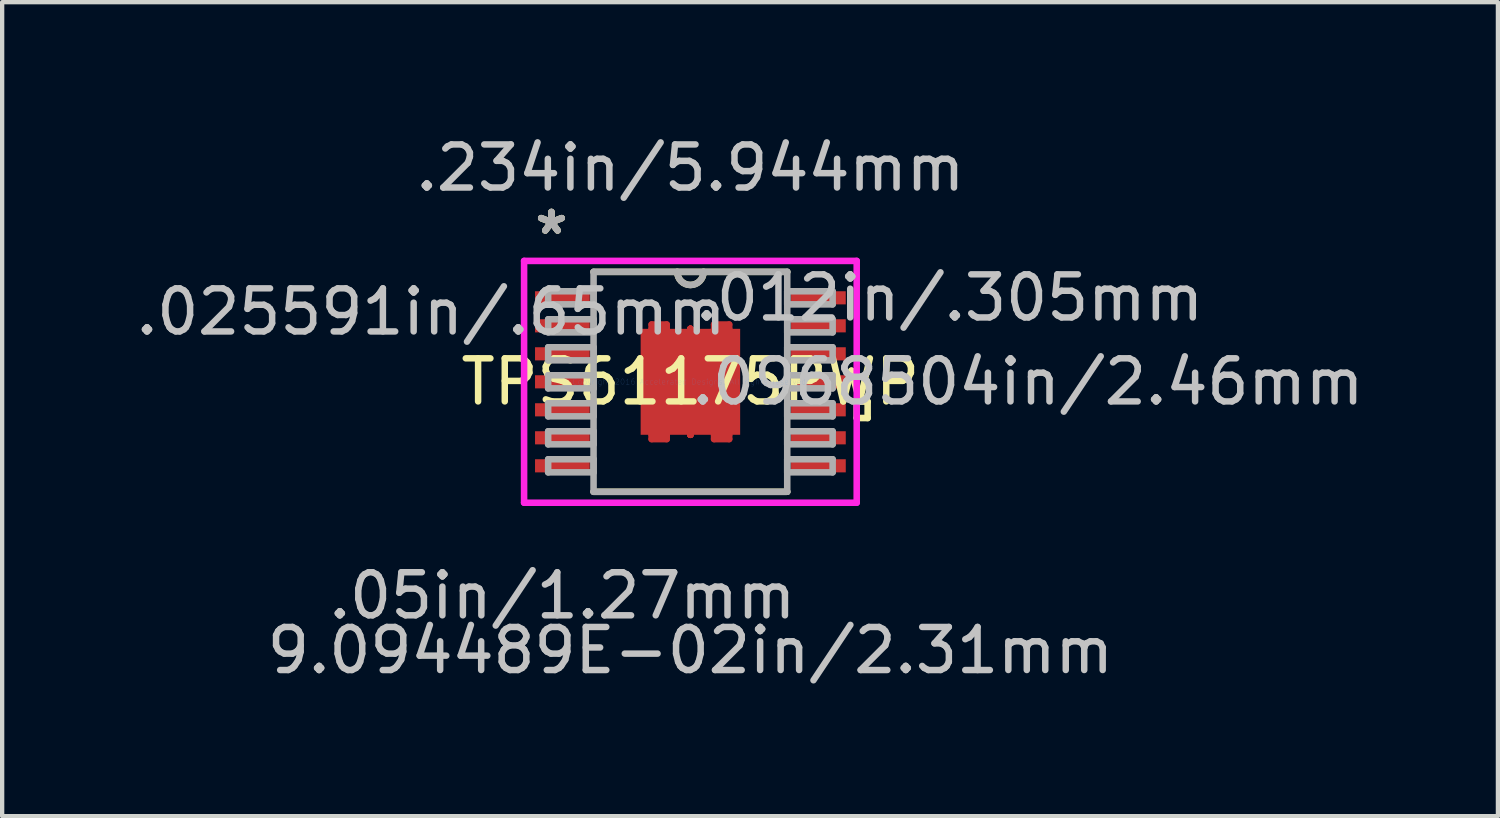
<source format=kicad_pcb>
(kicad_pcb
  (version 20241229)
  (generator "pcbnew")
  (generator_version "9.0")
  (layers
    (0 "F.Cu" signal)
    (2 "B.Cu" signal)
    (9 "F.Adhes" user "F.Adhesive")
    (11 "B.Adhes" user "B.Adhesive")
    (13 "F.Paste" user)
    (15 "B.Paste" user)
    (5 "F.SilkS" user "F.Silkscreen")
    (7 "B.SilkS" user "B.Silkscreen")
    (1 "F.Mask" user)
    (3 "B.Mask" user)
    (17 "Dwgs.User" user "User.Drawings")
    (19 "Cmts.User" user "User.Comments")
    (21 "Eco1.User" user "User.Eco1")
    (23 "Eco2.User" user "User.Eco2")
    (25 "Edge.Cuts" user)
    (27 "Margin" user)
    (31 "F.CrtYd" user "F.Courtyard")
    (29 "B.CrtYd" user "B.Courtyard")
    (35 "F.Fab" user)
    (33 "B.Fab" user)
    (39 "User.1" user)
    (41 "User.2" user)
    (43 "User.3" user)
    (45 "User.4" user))
  (footprint "TPS61175PWP"
    (layer "F.Cu")
    (at 12.978 5.814)
    (property "Reference" "TPS61175PWP" (at 0 0 0) (layer "F.SilkS") (effects (font (size 1 1) (thickness 0.15))))
    (attr through_hole)
    (fp_line (start -0.9 -1.33) (end -0.9 -1.23) (stroke (width 0.152) (type solid)) (layer "F.Cu"))
    (fp_line (start -0.9 -1.23) (end -0.55 -1.23) (stroke (width 0.152) (type solid)) (layer "F.Cu"))
    (fp_line (start -0.9 1.23) (end -0.55 1.23) (stroke (width 0.152) (type solid)) (layer "F.Cu"))
    (fp_line (start -0.9 1.33) (end -0.9 1.23) (stroke (width 0.152) (type solid)) (layer "F.Cu"))
    (fp_line (start -0.55 -1.33) (end -0.9 -1.33) (stroke (width 0.152) (type solid)) (layer "F.Cu"))
    (fp_line (start -0.55 -1.23) (end -0.55 -1.33) (stroke (width 0.152) (type solid)) (layer "F.Cu"))
    (fp_line (start -0.55 1.23) (end -0.55 1.33) (stroke (width 0.152) (type solid)) (layer "F.Cu"))
    (fp_line (start -0.55 1.33) (end -0.9 1.33) (stroke (width 0.152) (type solid)) (layer "F.Cu"))
    (fp_line (start 0 -1.23) (end 0 -1.23) (stroke (width 0.152) (type solid)) (layer "F.Cu"))
    (fp_line (start 0 -1.23) (end 0 -1.23) (stroke (width 0.152) (type solid)) (layer "F.Cu"))
    (fp_line (start 0 -1.23) (end 0 -1.23) (stroke (width 0.152) (type solid)) (layer "F.Cu"))
    (fp_line (start 0 -1.23) (end 0 -1.23) (stroke (width 0.152) (type solid)) (layer "F.Cu"))
    (fp_line (start 0 -1.23) (end 0 -1.23) (stroke (width 0.152) (type solid)) (layer "F.Cu"))
    (fp_line (start 0 -1.23) (end 0 -1.23) (stroke (width 0.152) (type solid)) (layer "F.Cu"))
    (fp_line (start 0 -1.23) (end 0 -1.23) (stroke (width 0.152) (type solid)) (layer "F.Cu"))
    (fp_line (start 0 -1.23) (end 0 -1.23) (stroke (width 0.152) (type solid)) (layer "F.Cu"))
    (fp_line (start 0 1.23) (end 0 1.23) (stroke (width 0.152) (type solid)) (layer "F.Cu"))
    (fp_line (start 0 1.23) (end 0 1.23) (stroke (width 0.152) (type solid)) (layer "F.Cu"))
    (fp_line (start 0 1.23) (end 0 1.23) (stroke (width 0.152) (type solid)) (layer "F.Cu"))
    (fp_line (start 0 1.23) (end 0 1.23) (stroke (width 0.152) (type solid)) (layer "F.Cu"))
    (fp_line (start 0 1.23) (end 0 1.23) (stroke (width 0.152) (type solid)) (layer "F.Cu"))
    (fp_line (start 0 1.23) (end 0 1.23) (stroke (width 0.152) (type solid)) (layer "F.Cu"))
    (fp_line (start 0 1.23) (end 0 1.23) (stroke (width 0.152) (type solid)) (layer "F.Cu"))
    (fp_line (start 0 1.23) (end 0 1.23) (stroke (width 0.152) (type solid)) (layer "F.Cu"))
    (fp_line (start 0.55 -1.33) (end 0.9 -1.33) (stroke (width 0.152) (type solid)) (layer "F.Cu"))
    (fp_line (start 0.55 -1.23) (end 0.55 -1.33) (stroke (width 0.152) (type solid)) (layer "F.Cu"))
    (fp_line (start 0.55 1.23) (end 0.55 1.33) (stroke (width 0.152) (type solid)) (layer "F.Cu"))
    (fp_line (start 0.55 1.33) (end 0.9 1.33) (stroke (width 0.152) (type solid)) (layer "F.Cu"))
    (fp_line (start 0.9 -1.33) (end 0.9 -1.23) (stroke (width 0.152) (type solid)) (layer "F.Cu"))
    (fp_line (start 0.9 -1.23) (end 0.55 -1.23) (stroke (width 0.152) (type solid)) (layer "F.Cu"))
    (fp_line (start 0.9 1.23) (end 0.55 1.23) (stroke (width 0.152) (type solid)) (layer "F.Cu"))
    (fp_line (start 0.9 1.33) (end 0.9 1.23) (stroke (width 0.152) (type solid)) (layer "F.Cu"))
    (fp_line (start -0.9 -1.33) (end -0.9 -1.23) (stroke (width 0.152) (type solid)) (layer "F.Mask"))
    (fp_line (start -0.9 -1.23) (end -0.55 -1.23) (stroke (width 0.152) (type solid)) (layer "F.Mask"))
    (fp_line (start -0.9 1.23) (end -0.55 1.23) (stroke (width 0.152) (type solid)) (layer "F.Mask"))
    (fp_line (start -0.9 1.33) (end -0.9 1.23) (stroke (width 0.152) (type solid)) (layer "F.Mask"))
    (fp_line (start -0.55 -1.33) (end -0.9 -1.33) (stroke (width 0.152) (type solid)) (layer "F.Mask"))
    (fp_line (start -0.55 -1.23) (end -0.55 -1.33) (stroke (width 0.152) (type solid)) (layer "F.Mask"))
    (fp_line (start -0.55 1.23) (end -0.55 1.33) (stroke (width 0.152) (type solid)) (layer "F.Mask"))
    (fp_line (start -0.55 1.33) (end -0.9 1.33) (stroke (width 0.152) (type solid)) (layer "F.Mask"))
    (fp_line (start 0 -1.23) (end 0 -1.23) (stroke (width 0.152) (type solid)) (layer "F.Mask"))
    (fp_line (start 0 -1.23) (end 0 -1.23) (stroke (width 0.152) (type solid)) (layer "F.Mask"))
    (fp_line (start 0 -1.23) (end 0 -1.23) (stroke (width 0.152) (type solid)) (layer "F.Mask"))
    (fp_line (start 0 -1.23) (end 0 -1.23) (stroke (width 0.152) (type solid)) (layer "F.Mask"))
    (fp_line (start 0 -1.23) (end 0 -1.23) (stroke (width 0.152) (type solid)) (layer "F.Mask"))
    (fp_line (start 0 -1.23) (end 0 -1.23) (stroke (width 0.152) (type solid)) (layer "F.Mask"))
    (fp_line (start 0 -1.23) (end 0 -1.23) (stroke (width 0.152) (type solid)) (layer "F.Mask"))
    (fp_line (start 0 -1.23) (end 0 -1.23) (stroke (width 0.152) (type solid)) (layer "F.Mask"))
    (fp_line (start 0 1.23) (end 0 1.23) (stroke (width 0.152) (type solid)) (layer "F.Mask"))
    (fp_line (start 0 1.23) (end 0 1.23) (stroke (width 0.152) (type solid)) (layer "F.Mask"))
    (fp_line (start 0 1.23) (end 0 1.23) (stroke (width 0.152) (type solid)) (layer "F.Mask"))
    (fp_line (start 0 1.23) (end 0 1.23) (stroke (width 0.152) (type solid)) (layer "F.Mask"))
    (fp_line (start 0 1.23) (end 0 1.23) (stroke (width 0.152) (type solid)) (layer "F.Mask"))
    (fp_line (start 0 1.23) (end 0 1.23) (stroke (width 0.152) (type solid)) (layer "F.Mask"))
    (fp_line (start 0 1.23) (end 0 1.23) (stroke (width 0.152) (type solid)) (layer "F.Mask"))
    (fp_line (start 0 1.23) (end 0 1.23) (stroke (width 0.152) (type solid)) (layer "F.Mask"))
    (fp_line (start 0.55 -1.33) (end 0.9 -1.33) (stroke (width 0.152) (type solid)) (layer "F.Mask"))
    (fp_line (start 0.55 -1.23) (end 0.55 -1.33) (stroke (width 0.152) (type solid)) (layer "F.Mask"))
    (fp_line (start 0.55 1.23) (end 0.55 1.33) (stroke (width 0.152) (type solid)) (layer "F.Mask"))
    (fp_line (start 0.55 1.33) (end 0.9 1.33) (stroke (width 0.152) (type solid)) (layer "F.Mask"))
    (fp_line (start 0.9 -1.33) (end 0.9 -1.23) (stroke (width 0.152) (type solid)) (layer "F.Mask"))
    (fp_line (start 0.9 -1.23) (end 0.55 -1.23) (stroke (width 0.152) (type solid)) (layer "F.Mask"))
    (fp_line (start 0.9 1.23) (end 0.55 1.23) (stroke (width 0.152) (type solid)) (layer "F.Mask"))
    (fp_line (start 0.9 1.33) (end 0.9 1.23) (stroke (width 0.152) (type solid)) (layer "F.Mask"))
    (fp_line (start -2.248 2.553) (end 2.248 2.553) (stroke (width 0.152) (type solid)) (layer "F.SilkS"))
    (fp_line (start 2.248 -2.553) (end -2.248 -2.553) (stroke (width 0.152) (type solid)) (layer "F.SilkS"))
    (fp_line (start 3.861 0.46) (end 4.115 0.46) (stroke (width 0.152) (type solid)) (layer "F.SilkS"))
    (fp_line (start 3.861 0.841) (end 3.861 0.46) (stroke (width 0.152) (type solid)) (layer "F.SilkS"))
    (fp_line (start 4.115 0.46) (end 4.115 0.841) (stroke (width 0.152) (type solid)) (layer "F.SilkS"))
    (fp_line (start 4.115 0.841) (end 3.861 0.841) (stroke (width 0.152) (type solid)) (layer "F.SilkS"))
    (fp_arc (start 0.3048 -2.5527) (mid 0 -2.2479) (end -0.3048 -2.5527) (stroke (width 0.1524) (type solid)) (layer "F.SilkS"))
    (fp_line (start -3.861 -2.807) (end 3.861 -2.807) (stroke (width 0.152) (type solid)) (layer "F.CrtYd"))
    (fp_line (start -3.861 2.807) (end -3.861 -2.807) (stroke (width 0.152) (type solid)) (layer "F.CrtYd"))
    (fp_line (start 3.861 -2.807) (end 3.861 2.807) (stroke (width 0.152) (type solid)) (layer "F.CrtYd"))
    (fp_line (start 3.861 2.807) (end -3.861 2.807) (stroke (width 0.152) (type solid)) (layer "F.CrtYd"))
    (fp_line (start -3.302 -2.102) (end -3.302 -1.798) (stroke (width 0.152) (type solid)) (layer "F.Fab"))
    (fp_line (start -3.302 -1.798) (end -2.248 -1.798) (stroke (width 0.152) (type solid)) (layer "F.Fab"))
    (fp_line (start -3.302 -1.452) (end -3.302 -1.148) (stroke (width 0.152) (type solid)) (layer "F.Fab"))
    (fp_line (start -3.302 -1.148) (end -2.248 -1.148) (stroke (width 0.152) (type solid)) (layer "F.Fab"))
    (fp_line (start -3.302 -0.802) (end -3.302 -0.498) (stroke (width 0.152) (type solid)) (layer "F.Fab"))
    (fp_line (start -3.302 -0.498) (end -2.248 -0.498) (stroke (width 0.152) (type solid)) (layer "F.Fab"))
    (fp_line (start -3.302 -0.152) (end -3.302 0.152) (stroke (width 0.152) (type solid)) (layer "F.Fab"))
    (fp_line (start -3.302 0.152) (end -2.248 0.152) (stroke (width 0.152) (type solid)) (layer "F.Fab"))
    (fp_line (start -3.302 0.498) (end -3.302 0.802) (stroke (width 0.152) (type solid)) (layer "F.Fab"))
    (fp_line (start -3.302 0.802) (end -2.248 0.802) (stroke (width 0.152) (type solid)) (layer "F.Fab"))
    (fp_line (start -3.302 1.148) (end -3.302 1.452) (stroke (width 0.152) (type solid)) (layer "F.Fab"))
    (fp_line (start -3.302 1.452) (end -2.248 1.452) (stroke (width 0.152) (type solid)) (layer "F.Fab"))
    (fp_line (start -3.302 1.798) (end -3.302 2.102) (stroke (width 0.152) (type solid)) (layer "F.Fab"))
    (fp_line (start -3.302 2.102) (end -2.248 2.102) (stroke (width 0.152) (type solid)) (layer "F.Fab"))
    (fp_line (start -2.248 -2.553) (end -2.248 2.553) (stroke (width 0.152) (type solid)) (layer "F.Fab"))
    (fp_line (start -2.248 -2.102) (end -3.302 -2.102) (stroke (width 0.152) (type solid)) (layer "F.Fab"))
    (fp_line (start -2.248 -1.798) (end -2.248 -2.102) (stroke (width 0.152) (type solid)) (layer "F.Fab"))
    (fp_line (start -2.248 -1.452) (end -3.302 -1.452) (stroke (width 0.152) (type solid)) (layer "F.Fab"))
    (fp_line (start -2.248 -1.148) (end -2.248 -1.452) (stroke (width 0.152) (type solid)) (layer "F.Fab"))
    (fp_line (start -2.248 -0.802) (end -3.302 -0.802) (stroke (width 0.152) (type solid)) (layer "F.Fab"))
    (fp_line (start -2.248 -0.498) (end -2.248 -0.802) (stroke (width 0.152) (type solid)) (layer "F.Fab"))
    (fp_line (start -2.248 -0.152) (end -3.302 -0.152) (stroke (width 0.152) (type solid)) (layer "F.Fab"))
    (fp_line (start -2.248 0.152) (end -2.248 -0.152) (stroke (width 0.152) (type solid)) (layer "F.Fab"))
    (fp_line (start -2.248 0.498) (end -3.302 0.498) (stroke (width 0.152) (type solid)) (layer "F.Fab"))
    (fp_line (start -2.248 0.802) (end -2.248 0.498) (stroke (width 0.152) (type solid)) (layer "F.Fab"))
    (fp_line (start -2.248 1.148) (end -3.302 1.148) (stroke (width 0.152) (type solid)) (layer "F.Fab"))
    (fp_line (start -2.248 1.452) (end -2.248 1.148) (stroke (width 0.152) (type solid)) (layer "F.Fab"))
    (fp_line (start -2.248 1.798) (end -3.302 1.798) (stroke (width 0.152) (type solid)) (layer "F.Fab"))
    (fp_line (start -2.248 2.102) (end -2.248 1.798) (stroke (width 0.152) (type solid)) (layer "F.Fab"))
    (fp_line (start -2.248 2.553) (end 2.248 2.553) (stroke (width 0.152) (type solid)) (layer "F.Fab"))
    (fp_line (start 2.248 -2.553) (end -2.248 -2.553) (stroke (width 0.152) (type solid)) (layer "F.Fab"))
    (fp_line (start 2.248 -2.102) (end 2.248 -1.798) (stroke (width 0.152) (type solid)) (layer "F.Fab"))
    (fp_line (start 2.248 -1.798) (end 3.302 -1.798) (stroke (width 0.152) (type solid)) (layer "F.Fab"))
    (fp_line (start 2.248 -1.452) (end 2.248 -1.148) (stroke (width 0.152) (type solid)) (layer "F.Fab"))
    (fp_line (start 2.248 -1.148) (end 3.302 -1.148) (stroke (width 0.152) (type solid)) (layer "F.Fab"))
    (fp_line (start 2.248 -0.802) (end 2.248 -0.498) (stroke (width 0.152) (type solid)) (layer "F.Fab"))
    (fp_line (start 2.248 -0.498) (end 3.302 -0.498) (stroke (width 0.152) (type solid)) (layer "F.Fab"))
    (fp_line (start 2.248 -0.152) (end 2.248 0.152) (stroke (width 0.152) (type solid)) (layer "F.Fab"))
    (fp_line (start 2.248 0.152) (end 3.302 0.152) (stroke (width 0.152) (type solid)) (layer "F.Fab"))
    (fp_line (start 2.248 0.498) (end 2.248 0.802) (stroke (width 0.152) (type solid)) (layer "F.Fab"))
    (fp_line (start 2.248 0.802) (end 3.302 0.802) (stroke (width 0.152) (type solid)) (layer "F.Fab"))
    (fp_line (start 2.248 1.148) (end 2.248 1.452) (stroke (width 0.152) (type solid)) (layer "F.Fab"))
    (fp_line (start 2.248 1.452) (end 3.302 1.452) (stroke (width 0.152) (type solid)) (layer "F.Fab"))
    (fp_line (start 2.248 1.798) (end 2.248 2.102) (stroke (width 0.152) (type solid)) (layer "F.Fab"))
    (fp_line (start 2.248 2.102) (end 3.302 2.102) (stroke (width 0.152) (type solid)) (layer "F.Fab"))
    (fp_line (start 2.248 2.553) (end 2.248 -2.553) (stroke (width 0.152) (type solid)) (layer "F.Fab"))
    (fp_line (start 3.302 -2.102) (end 2.248 -2.102) (stroke (width 0.152) (type solid)) (layer "F.Fab"))
    (fp_line (start 3.302 -1.798) (end 3.302 -2.102) (stroke (width 0.152) (type solid)) (layer "F.Fab"))
    (fp_line (start 3.302 -1.452) (end 2.248 -1.452) (stroke (width 0.152) (type solid)) (layer "F.Fab"))
    (fp_line (start 3.302 -1.148) (end 3.302 -1.452) (stroke (width 0.152) (type solid)) (layer "F.Fab"))
    (fp_line (start 3.302 -0.802) (end 2.248 -0.802) (stroke (width 0.152) (type solid)) (layer "F.Fab"))
    (fp_line (start 3.302 -0.498) (end 3.302 -0.802) (stroke (width 0.152) (type solid)) (layer "F.Fab"))
    (fp_line (start 3.302 -0.152) (end 2.248 -0.152) (stroke (width 0.152) (type solid)) (layer "F.Fab"))
    (fp_line (start 3.302 0.152) (end 3.302 -0.152) (stroke (width 0.152) (type solid)) (layer "F.Fab"))
    (fp_line (start 3.302 0.498) (end 2.248 0.498) (stroke (width 0.152) (type solid)) (layer "F.Fab"))
    (fp_line (start 3.302 0.802) (end 3.302 0.498) (stroke (width 0.152) (type solid)) (layer "F.Fab"))
    (fp_line (start 3.302 1.148) (end 2.248 1.148) (stroke (width 0.152) (type solid)) (layer "F.Fab"))
    (fp_line (start 3.302 1.452) (end 3.302 1.148) (stroke (width 0.152) (type solid)) (layer "F.Fab"))
    (fp_line (start 3.302 1.798) (end 2.248 1.798) (stroke (width 0.152) (type solid)) (layer "F.Fab"))
    (fp_line (start 3.302 2.102) (end 3.302 1.798) (stroke (width 0.152) (type solid)) (layer "F.Fab"))
    (fp_arc (start 0.3048 -2.5527) (mid 0 -2.2479) (end -0.3048 -2.5527) (stroke (width 0.1524) (type solid)) (layer "F.Fab"))
    (fp_text user "*" (at -3.226 -3.398 0) (layer "F.SilkS") (effects (font (size 1 1) (thickness 0.15))))
    (fp_text user "*" (at -3.226 -3.398 0) (layer "F.SilkS") (effects (font (size 1 1) (thickness 0.15))))
    (fp_text user ".012in/.305mm" (at 6.02 -1.95 0) (layer "Dwgs.User") (effects (font (size 1 1) (thickness 0.15))))
    (fp_text user "9.094489E-02in/2.31mm" (at 0 6.236 0) (layer "Dwgs.User") (effects (font (size 1 1) (thickness 0.15))))
    (fp_text user ".0968504in/2.46mm" (at 7.836 0 0) (layer "Dwgs.User") (effects (font (size 1 1) (thickness 0.15))))
    (fp_text user ".05in/1.27mm" (at -2.972 4.966 0) (layer "Dwgs.User") (effects (font (size 1 1) (thickness 0.15))))
    (fp_text user ".234in/5.944mm" (at 0 -4.966 0) (layer "Dwgs.User") (effects (font (size 1 1) (thickness 0.15))))
    (fp_text user ".025591in/.65mm" (at -6.02 -1.625 0) (layer "Dwgs.User") (effects (font (size 1 1) (thickness 0.15))))
    (fp_text user "Copyright 2016 Accelerated Designs. All rights reserved." (at 0 0 0) (layer "Cmts.User") (effects (font (size 0.127 0.127) (thickness 0.002))))
    (fp_text user "*" (at -3.226 -3.398 0) (layer "F.Fab") (effects (font (size 1 1) (thickness 0.15))))
    (fp_text user "*" (at -3.226 -3.398 0) (layer "F.Fab") (effects (font (size 1 1) (thickness 0.15))))
    (pad "1" smd rect (at -2.972 -1.95) (size 1.27 0.305) (layers "F.Cu" "F.Mask" "F.Paste"))
    (pad "2" smd rect (at -2.972 -1.3) (size 1.27 0.305) (layers "F.Cu" "F.Mask" "F.Paste"))
    (pad "3" smd rect (at -2.972 -0.65) (size 1.27 0.305) (layers "F.Cu" "F.Mask" "F.Paste"))
    (pad "4" smd rect (at -2.972 0) (size 1.27 0.305) (layers "F.Cu" "F.Mask" "F.Paste"))
    (pad "5" smd rect (at -2.972 0.65) (size 1.27 0.305) (layers "F.Cu" "F.Mask" "F.Paste"))
    (pad "6" smd rect (at -2.972 1.3) (size 1.27 0.305) (layers "F.Cu" "F.Mask" "F.Paste"))
    (pad "7" smd rect (at -2.972 1.95) (size 1.27 0.305) (layers "F.Cu" "F.Mask" "F.Paste"))
    (pad "8" smd rect (at 2.972 1.95) (size 1.27 0.305) (layers "F.Cu" "F.Mask" "F.Paste"))
    (pad "9" smd rect (at 2.972 1.3) (size 1.27 0.305) (layers "F.Cu" "F.Mask" "F.Paste"))
    (pad "10" smd rect (at 2.972 0.65) (size 1.27 0.305) (layers "F.Cu" "F.Mask" "F.Paste"))
    (pad "11" smd rect (at 2.972 0) (size 1.27 0.305) (layers "F.Cu" "F.Mask" "F.Paste"))
    (pad "12" smd rect (at 2.972 -0.65) (size 1.27 0.305) (layers "F.Cu" "F.Mask" "F.Paste"))
    (pad "13" smd rect (at 2.972 -1.3) (size 1.27 0.305) (layers "F.Cu" "F.Mask" "F.Paste"))
    (pad "14" smd rect (at 2.972 -1.95) (size 1.27 0.305) (layers "F.Cu" "F.Mask" "F.Paste"))
    (pad "15" smd rect (at 0 0) (size 2.31 2.46) (layers "F.Cu" "F.Mask" "F.Paste")))
  (gr_rect
    (start -3 -3)
    (end 31.725 15.898)
    (stroke (width 0.1) (type default))
    (fill no)
    (layer "Edge.Cuts")))
</source>
